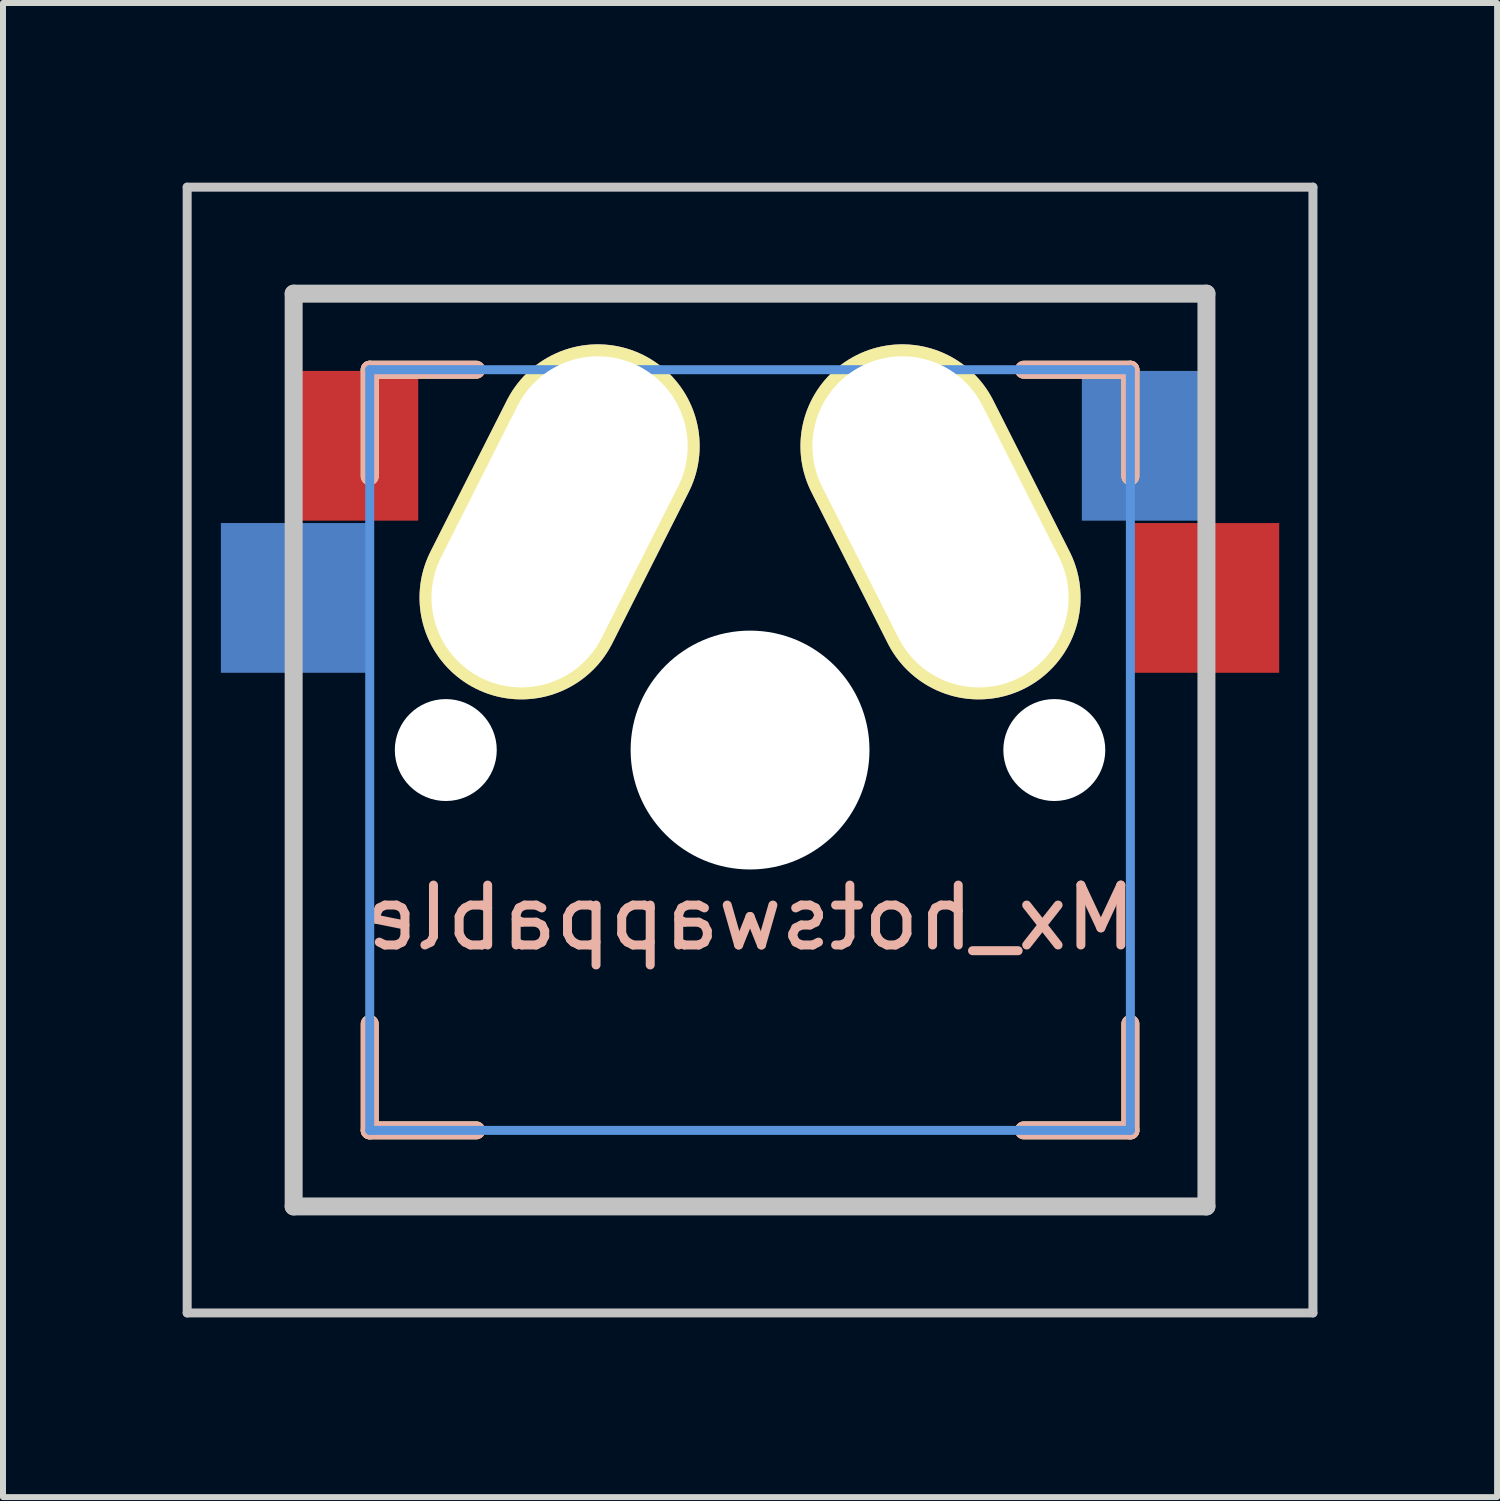
<source format=kicad_pcb>
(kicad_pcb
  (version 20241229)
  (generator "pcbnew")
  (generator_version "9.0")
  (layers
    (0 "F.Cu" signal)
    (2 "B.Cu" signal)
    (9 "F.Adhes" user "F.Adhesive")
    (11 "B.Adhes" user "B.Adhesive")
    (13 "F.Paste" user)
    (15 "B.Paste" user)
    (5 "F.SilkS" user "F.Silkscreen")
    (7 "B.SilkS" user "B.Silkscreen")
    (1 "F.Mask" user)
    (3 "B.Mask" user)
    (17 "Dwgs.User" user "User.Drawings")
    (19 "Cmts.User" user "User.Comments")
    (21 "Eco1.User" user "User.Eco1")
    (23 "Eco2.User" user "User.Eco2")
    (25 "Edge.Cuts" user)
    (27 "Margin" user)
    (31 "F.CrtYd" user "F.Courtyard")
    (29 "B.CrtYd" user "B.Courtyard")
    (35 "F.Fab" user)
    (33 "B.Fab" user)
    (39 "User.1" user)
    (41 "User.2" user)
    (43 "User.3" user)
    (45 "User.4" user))
  (footprint "Mx_hotswappable"
    (layer "F.Cu")
    (at 9.473 9.473)
    (property "Reference" "Mx_hotswappable" (at 0 2.8 0) (layer "B.SilkS") (effects (font (size 1 1) (thickness 0.15)) (justify mirror)))
    (attr through_hole)
    (fp_line (start -6.35 -6.35) (end -4.572 -6.35) (stroke (width 0.3) (type solid)) (layer "F.SilkS"))
    (fp_line (start -6.35 -4.572) (end -6.35 -6.35) (stroke (width 0.3) (type solid)) (layer "F.SilkS"))
    (fp_line (start -6.35 6.35) (end -6.35 4.572) (stroke (width 0.3) (type solid)) (layer "F.SilkS"))
    (fp_line (start -4.572 6.35) (end -6.35 6.35) (stroke (width 0.3) (type solid)) (layer "F.SilkS"))
    (fp_line (start 4.572 -6.35) (end 6.35 -6.35) (stroke (width 0.3) (type solid)) (layer "F.SilkS"))
    (fp_line (start 6.35 -6.35) (end 6.35 -4.572) (stroke (width 0.3) (type solid)) (layer "F.SilkS"))
    (fp_line (start 6.35 4.572) (end 6.35 6.35) (stroke (width 0.3) (type solid)) (layer "F.SilkS"))
    (fp_line (start 6.35 6.35) (end 4.572 6.35) (stroke (width 0.3) (type solid)) (layer "F.SilkS"))
    (fp_line (start -6.35 -6.35) (end -4.572 -6.35) (stroke (width 0.3) (type solid)) (layer "B.SilkS"))
    (fp_line (start -6.35 -4.572) (end -6.35 -6.35) (stroke (width 0.3) (type solid)) (layer "B.SilkS"))
    (fp_line (start -6.35 6.35) (end -6.35 4.572) (stroke (width 0.3) (type solid)) (layer "B.SilkS"))
    (fp_line (start -4.572 6.35) (end -6.35 6.35) (stroke (width 0.3) (type solid)) (layer "B.SilkS"))
    (fp_line (start 4.572 -6.35) (end 6.35 -6.35) (stroke (width 0.3) (type solid)) (layer "B.SilkS"))
    (fp_line (start 6.35 -6.35) (end 6.35 -4.572) (stroke (width 0.3) (type solid)) (layer "B.SilkS"))
    (fp_line (start 6.35 4.572) (end 6.35 6.35) (stroke (width 0.3) (type solid)) (layer "B.SilkS"))
    (fp_line (start 6.35 6.35) (end 4.572 6.35) (stroke (width 0.3) (type solid)) (layer "B.SilkS"))
    (fp_line (start -9.398 -9.398) (end -9.398 9.398) (stroke (width 0.15) (type solid)) (layer "Dwgs.User"))
    (fp_line (start -9.398 -9.398) (end 9.398 -9.398) (stroke (width 0.15) (type solid)) (layer "Dwgs.User"))
    (fp_line (start -9.398 9.398) (end 9.398 9.398) (stroke (width 0.15) (type solid)) (layer "Dwgs.User"))
    (fp_line (start -7.62 -7.62) (end -7.62 7.62) (stroke (width 0.3) (type solid)) (layer "Dwgs.User"))
    (fp_line (start -7.62 -7.62) (end 7.62 -7.62) (stroke (width 0.3) (type solid)) (layer "Dwgs.User"))
    (fp_line (start -7.62 7.62) (end 7.62 7.62) (stroke (width 0.3) (type solid)) (layer "Dwgs.User"))
    (fp_line (start 7.62 -7.62) (end 7.62 7.62) (stroke (width 0.3) (type solid)) (layer "Dwgs.User"))
    (fp_line (start 9.398 -9.398) (end 9.398 9.398) (stroke (width 0.15) (type solid)) (layer "Dwgs.User"))
    (fp_line (start -6.35 6.35) (end -6.35 -6.35) (stroke (width 0.15) (type solid)) (layer "Cmts.User"))
    (fp_line (start -6.35 6.35) (end 6.35 6.35) (stroke (width 0.15) (type solid)) (layer "Cmts.User"))
    (fp_line (start 6.35 -6.35) (end -6.35 -6.35) (stroke (width 0.15) (type solid)) (layer "Cmts.User"))
    (fp_line (start 6.35 -6.35) (end 6.35 6.35) (stroke (width 0.15) (type solid)) (layer "Cmts.User"))
    (fp_line (start -6.985 -6.985) (end 6.985 -6.985) (stroke (width 0.15) (type solid)) (layer "Eco2.User"))
    (fp_line (start -6.985 6.985) (end -6.985 -6.985) (stroke (width 0.15) (type solid)) (layer "Eco2.User"))
    (fp_line (start 6.985 -6.985) (end 6.985 6.985) (stroke (width 0.15) (type solid)) (layer "Eco2.User"))
    (fp_line (start 6.985 6.985) (end -6.985 6.985) (stroke (width 0.15) (type solid)) (layer "Eco2.User"))
    (pad "" np_thru_hole circle (at -5.08 0) (size 1.702 1.702) (drill 1.702) (layers "*.Cu" "*.Mask"))
    (pad "" np_thru_hole circle (at 0 0) (size 3.988 3.988) (drill 3.988) (layers "*.Cu" "*.Mask"))
    (pad "" np_thru_hole circle (at 5.08 0) (size 1.702 1.702) (drill 1.702) (layers "*.Cu" "*.Mask"))
    (pad "1" smd rect (at -6.64 -5.08) (size 2.2 2.5) (layers "F.Cu" "F.Mask" "F.Paste"))
    (pad "1" thru_hole oval (at -3.18 -3.81 333.2) (size 3.4 6.232) (drill oval 3 5.832) (layers "*.Cu" "*.Mask" "F.SilkS"))
    (pad "1" smd rect (at 6.64 -5.08) (size 2.2 2.5) (layers "B.Cu" "B.Mask" "B.Paste"))
    (pad "2" smd rect (at -7.56 -2.54) (size 2.55 2.5) (layers "B.Cu" "B.Mask" "B.Paste"))
    (pad "2" thru_hole oval (at 3.18 -3.81 26.8) (size 3.4 6.232) (drill oval 3 5.832) (layers "*.Cu" "*.Mask" "F.SilkS"))
    (pad "2" smd rect (at 7.56 -2.54) (size 2.55 2.5) (layers "F.Cu" "F.Mask" "F.Paste")))
  (gr_rect
    (start -3 -3)
    (end 21.946 21.946)
    (stroke (width 0.1) (type default))
    (fill no)
    (layer "Edge.Cuts")))
</source>
